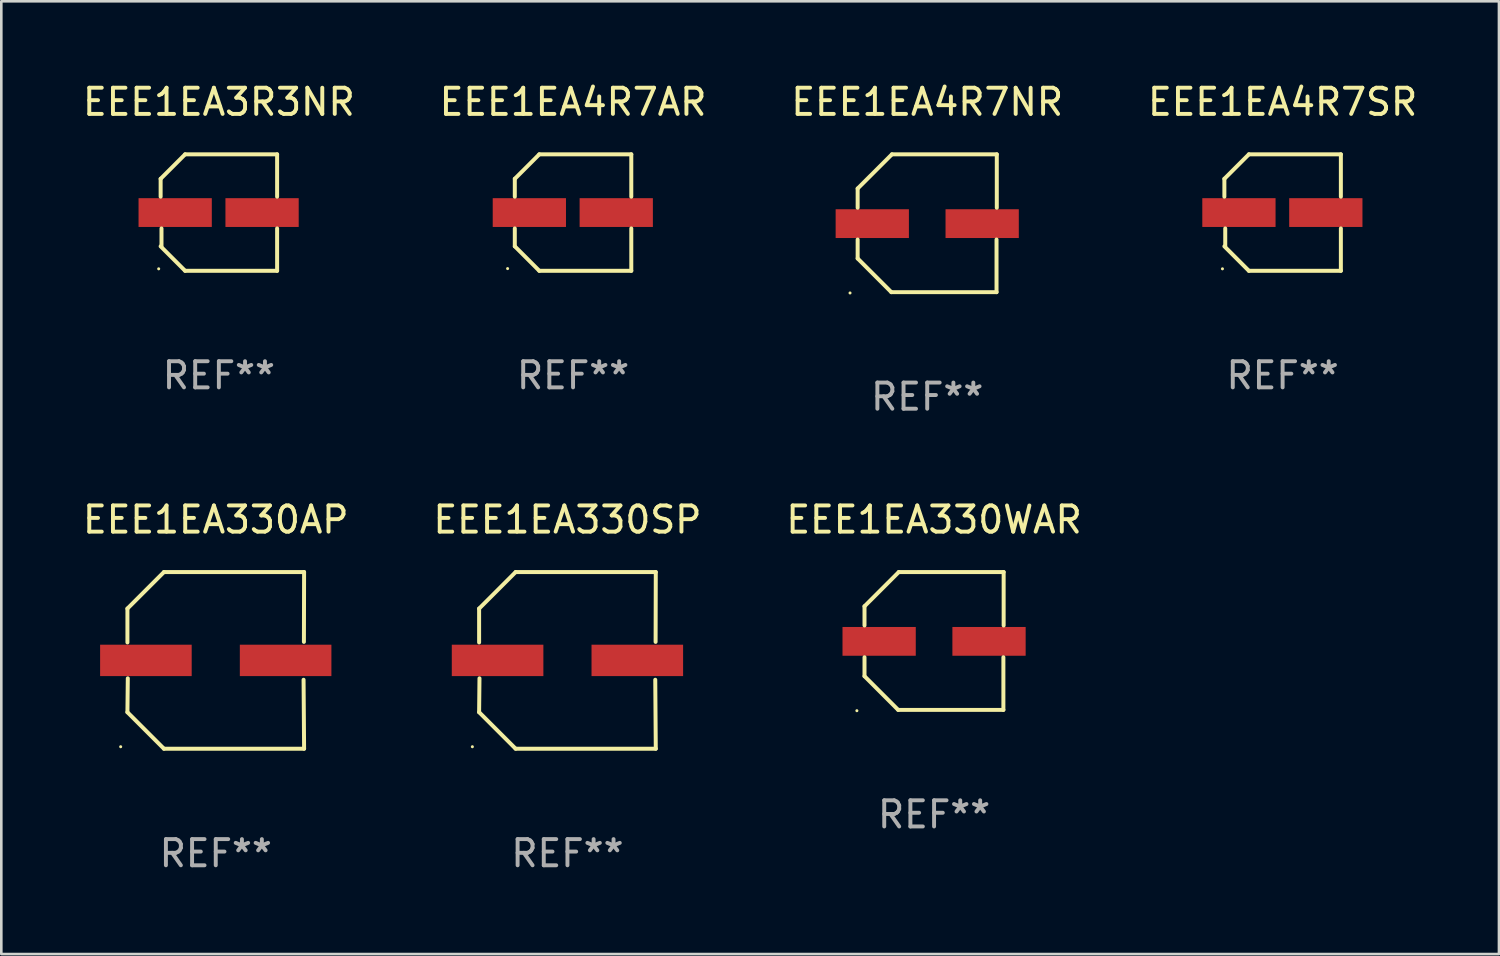
<source format=kicad_pcb>
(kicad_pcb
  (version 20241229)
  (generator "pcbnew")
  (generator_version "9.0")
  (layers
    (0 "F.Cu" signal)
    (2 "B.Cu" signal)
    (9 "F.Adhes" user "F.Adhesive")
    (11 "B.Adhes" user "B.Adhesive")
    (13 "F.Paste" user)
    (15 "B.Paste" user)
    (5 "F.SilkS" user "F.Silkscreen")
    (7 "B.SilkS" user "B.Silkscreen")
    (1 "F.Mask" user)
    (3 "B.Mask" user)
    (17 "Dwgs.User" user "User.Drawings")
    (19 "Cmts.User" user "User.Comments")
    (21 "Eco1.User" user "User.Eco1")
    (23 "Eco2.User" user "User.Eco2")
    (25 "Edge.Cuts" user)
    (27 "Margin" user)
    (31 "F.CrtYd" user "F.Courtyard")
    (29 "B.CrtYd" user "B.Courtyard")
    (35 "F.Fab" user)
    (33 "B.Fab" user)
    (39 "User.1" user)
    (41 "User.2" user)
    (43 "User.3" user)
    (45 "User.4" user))
  (footprint "EEE1EA330WAR"
    (layer "F.Cu")
    (at 32.649 21.447)
    (property "Reference" "EEE1EA330WAR" (at 0 -4.634 0) (layer "F.SilkS") (effects (font (size 1 1) (thickness 0.15))))
    (attr through_hole)
    (fp_line (start -2.659 -1.326) (end -2.659 -0.592) (stroke (width 0.152) (type solid)) (layer "F.SilkS"))
    (fp_line (start -2.659 1.346) (end -2.659 0.622) (stroke (width 0.152) (type solid)) (layer "F.SilkS"))
    (fp_line (start -1.372 2.634) (end -2.659 1.346) (stroke (width 0.152) (type solid)) (layer "F.SilkS"))
    (fp_line (start -1.349 -2.634) (end -2.659 -1.326) (stroke (width 0.152) (type solid)) (layer "F.SilkS"))
    (fp_line (start 2.649 0.622) (end 2.649 2.634) (stroke (width 0.152) (type solid)) (layer "F.SilkS"))
    (fp_line (start 2.649 2.634) (end -1.372 2.634) (stroke (width 0.152) (type solid)) (layer "F.SilkS"))
    (fp_line (start 2.659 -2.634) (end -1.349 -2.634) (stroke (width 0.152) (type solid)) (layer "F.SilkS"))
    (fp_line (start 2.659 -0.592) (end 2.659 -2.634) (stroke (width 0.152) (type solid)) (layer "F.SilkS"))
    (fp_circle (center -2.95 2.665) (end -2.92 2.665) (stroke (width 0.06) (type solid)) (fill no) (layer "F.SilkS"))
    (fp_text user "REF**" (at 0 6.634 0) (layer "F.Fab") (effects (font (size 1 1) (thickness 0.15))))
    (pad "1" smd rect (at -2.1 0.015) (size 2.8 1.1) (layers "F.Cu" "F.Mask" "F.Paste"))
    (pad "2" smd rect (at 2.1 0.015) (size 2.8 1.1) (layers "F.Cu" "F.Mask" "F.Paste")))
  (footprint "EEE1EA330AP"
    (layer "F.Cu")
    (at 5.196 22.189)
    (property "Reference" "EEE1EA330AP" (at 0 -5.376 0) (layer "F.SilkS") (effects (font (size 1 1) (thickness 0.15))))
    (attr through_hole)
    (fp_line (start -3.376 -1.98) (end -3.376 -0.686) (stroke (width 0.152) (type solid)) (layer "F.SilkS"))
    (fp_line (start -3.376 1.981) (end -3.362 0.686) (stroke (width 0.152) (type solid)) (layer "F.SilkS"))
    (fp_line (start -1.981 3.376) (end -3.376 1.981) (stroke (width 0.152) (type solid)) (layer "F.SilkS"))
    (fp_line (start -1.98 -3.376) (end -3.376 -1.98) (stroke (width 0.152) (type solid)) (layer "F.SilkS"))
    (fp_line (start 3.356 0.74) (end 3.376 3.376) (stroke (width 0.152) (type solid)) (layer "F.SilkS"))
    (fp_line (start 3.369 -0.707) (end 3.376 -3.376) (stroke (width 0.152) (type solid)) (layer "F.SilkS"))
    (fp_line (start 3.376 3.376) (end -1.981 3.376) (stroke (width 0.152) (type solid)) (layer "F.SilkS"))
    (fp_line (start 3.376 -3.376) (end -1.98 -3.376) (stroke (width 0.152) (type solid)) (layer "F.SilkS"))
    (fp_circle (center -3.634 3.3) (end -3.604 3.3) (stroke (width 0.06) (type solid)) (fill no) (layer "F.SilkS"))
    (fp_text user "REF**" (at 0 7.376 0) (layer "F.Fab") (effects (font (size 1 1) (thickness 0.15))))
    (pad "1" smd rect (at -2.67 0.000254) (size 3.5 1.2) (layers "F.Cu" "F.Mask" "F.Paste"))
    (pad "2" smd rect (at 2.67 0.000254) (size 3.5 1.2) (layers "F.Cu" "F.Mask" "F.Paste")))
  (footprint "EEE1EA4R7NR"
    (layer "F.Cu")
    (at 32.387 5.482)
    (property "Reference" "EEE1EA4R7NR" (at 0 -4.634 0) (layer "F.SilkS") (effects (font (size 1 1) (thickness 0.15))))
    (attr through_hole)
    (fp_line (start -2.659 -1.326) (end -2.659 -0.592) (stroke (width 0.152) (type solid)) (layer "F.SilkS"))
    (fp_line (start -2.659 1.346) (end -2.659 0.622) (stroke (width 0.152) (type solid)) (layer "F.SilkS"))
    (fp_line (start -1.372 2.634) (end -2.659 1.346) (stroke (width 0.152) (type solid)) (layer "F.SilkS"))
    (fp_line (start -1.349 -2.634) (end -2.659 -1.326) (stroke (width 0.152) (type solid)) (layer "F.SilkS"))
    (fp_line (start 2.649 0.622) (end 2.649 2.634) (stroke (width 0.152) (type solid)) (layer "F.SilkS"))
    (fp_line (start 2.649 2.634) (end -1.372 2.634) (stroke (width 0.152) (type solid)) (layer "F.SilkS"))
    (fp_line (start 2.659 -2.634) (end -1.349 -2.634) (stroke (width 0.152) (type solid)) (layer "F.SilkS"))
    (fp_line (start 2.659 -0.592) (end 2.659 -2.634) (stroke (width 0.152) (type solid)) (layer "F.SilkS"))
    (fp_circle (center -2.95 2.665) (end -2.92 2.665) (stroke (width 0.06) (type solid)) (fill no) (layer "F.SilkS"))
    (fp_text user "REF**" (at 0 6.634 0) (layer "F.Fab") (effects (font (size 1 1) (thickness 0.15))))
    (pad "1" smd rect (at -2.1 0.015) (size 2.8 1.1) (layers "F.Cu" "F.Mask" "F.Paste"))
    (pad "2" smd rect (at 2.1 0.015) (size 2.8 1.1) (layers "F.Cu" "F.Mask" "F.Paste")))
  (footprint "EEE1EA4R7AR"
    (layer "F.Cu")
    (at 18.851 5.074)
    (property "Reference" "EEE1EA4R7AR" (at 0 -4.226 0) (layer "F.SilkS") (effects (font (size 1 1) (thickness 0.15))))
    (attr through_hole)
    (fp_line (start -2.226 -1.29) (end -2.226 -0.607) (stroke (width 0.152) (type solid)) (layer "F.SilkS"))
    (fp_line (start -2.226 1.29) (end -2.226 0.607) (stroke (width 0.152) (type solid)) (layer "F.SilkS"))
    (fp_line (start -1.29 -2.226) (end -2.226 -1.29) (stroke (width 0.152) (type solid)) (layer "F.SilkS"))
    (fp_line (start -1.29 2.226) (end -2.226 1.29) (stroke (width 0.152) (type solid)) (layer "F.SilkS"))
    (fp_line (start 2.226 -2.226) (end -1.29 -2.226) (stroke (width 0.152) (type solid)) (layer "F.SilkS"))
    (fp_line (start 2.226 -0.607) (end 2.226 -2.226) (stroke (width 0.152) (type solid)) (layer "F.SilkS"))
    (fp_line (start 2.226 0.607) (end 2.226 2.226) (stroke (width 0.152) (type solid)) (layer "F.SilkS"))
    (fp_line (start 2.226 2.226) (end -1.29 2.226) (stroke (width 0.152) (type solid)) (layer "F.SilkS"))
    (fp_circle (center -2.501 2.141) (end -2.471 2.141) (stroke (width 0.06) (type solid)) (fill no) (layer "F.SilkS"))
    (fp_text user "REF**" (at 0 6.226 0) (layer "F.Fab") (effects (font (size 1 1) (thickness 0.15))))
    (pad "1" smd rect (at -1.67 -0.000025) (size 2.8 1.1) (layers "F.Cu" "F.Mask" "F.Paste"))
    (pad "2" smd rect (at 1.651 -0.000025) (size 2.8 1.1) (layers "F.Cu" "F.Mask" "F.Paste")))
  (footprint "EEE1EA330SP"
    (layer "F.Cu")
    (at 18.637 22.189)
    (property "Reference" "EEE1EA330SP" (at 0 -5.376 0) (layer "F.SilkS") (effects (font (size 1 1) (thickness 0.15))))
    (attr through_hole)
    (fp_line (start -3.376 -1.98) (end -3.376 -0.686) (stroke (width 0.152) (type solid)) (layer "F.SilkS"))
    (fp_line (start -3.376 1.981) (end -3.362 0.686) (stroke (width 0.152) (type solid)) (layer "F.SilkS"))
    (fp_line (start -1.981 3.376) (end -3.376 1.981) (stroke (width 0.152) (type solid)) (layer "F.SilkS"))
    (fp_line (start -1.98 -3.376) (end -3.376 -1.98) (stroke (width 0.152) (type solid)) (layer "F.SilkS"))
    (fp_line (start 3.356 0.74) (end 3.376 3.376) (stroke (width 0.152) (type solid)) (layer "F.SilkS"))
    (fp_line (start 3.369 -0.707) (end 3.376 -3.376) (stroke (width 0.152) (type solid)) (layer "F.SilkS"))
    (fp_line (start 3.376 3.376) (end -1.981 3.376) (stroke (width 0.152) (type solid)) (layer "F.SilkS"))
    (fp_line (start 3.376 -3.376) (end -1.98 -3.376) (stroke (width 0.152) (type solid)) (layer "F.SilkS"))
    (fp_circle (center -3.634 3.3) (end -3.604 3.3) (stroke (width 0.06) (type solid)) (fill no) (layer "F.SilkS"))
    (fp_text user "REF**" (at 0 7.376 0) (layer "F.Fab") (effects (font (size 1 1) (thickness 0.15))))
    (pad "1" smd rect (at -2.67 0.000254) (size 3.5 1.2) (layers "F.Cu" "F.Mask" "F.Paste"))
    (pad "2" smd rect (at 2.67 0.000254) (size 3.5 1.2) (layers "F.Cu" "F.Mask" "F.Paste")))
  (footprint "EEE1EA4R7SR"
    (layer "F.Cu")
    (at 45.97 5.074)
    (property "Reference" "EEE1EA4R7SR" (at 0 -4.226 0) (layer "F.SilkS") (effects (font (size 1 1) (thickness 0.15))))
    (attr through_hole)
    (fp_line (start -2.226 -1.29) (end -2.226 -0.607) (stroke (width 0.152) (type solid)) (layer "F.SilkS"))
    (fp_line (start -2.193 1.29) (end -2.193 0.607) (stroke (width 0.152) (type solid)) (layer "F.SilkS"))
    (fp_line (start -1.29 2.226) (end -2.226 1.29) (stroke (width 0.152) (type solid)) (layer "F.SilkS"))
    (fp_line (start -1.29 -2.226) (end -2.226 -1.29) (stroke (width 0.152) (type solid)) (layer "F.SilkS"))
    (fp_line (start 2.226 -2.226) (end -1.29 -2.226) (stroke (width 0.152) (type solid)) (layer "F.SilkS"))
    (fp_line (start 2.226 -0.607) (end 2.226 -2.226) (stroke (width 0.152) (type solid)) (layer "F.SilkS"))
    (fp_line (start 2.226 0.607) (end 2.226 2.226) (stroke (width 0.152) (type solid)) (layer "F.SilkS"))
    (fp_line (start 2.226 2.226) (end -1.29 2.226) (stroke (width 0.152) (type solid)) (layer "F.SilkS"))
    (fp_circle (center -2.3 2.15) (end -2.27 2.15) (stroke (width 0.06) (type solid)) (fill no) (layer "F.SilkS"))
    (fp_text user "REF**" (at 0 6.226 0) (layer "F.Fab") (effects (font (size 1 1) (thickness 0.15))))
    (pad "1" smd rect (at -1.67 -0.000025) (size 2.8 1.1) (layers "F.Cu" "F.Mask" "F.Paste"))
    (pad "2" smd rect (at 1.651 -0.000025) (size 2.8 1.1) (layers "F.Cu" "F.Mask" "F.Paste")))
  (footprint "EEE1EA3R3NR"
    (layer "F.Cu")
    (at 5.315 5.074)
    (property "Reference" "EEE1EA3R3NR" (at 0 -4.226 0) (layer "F.SilkS") (effects (font (size 1 1) (thickness 0.15))))
    (attr through_hole)
    (fp_line (start -2.226 -1.29) (end -2.226 -0.607) (stroke (width 0.152) (type solid)) (layer "F.SilkS"))
    (fp_line (start -2.193 1.29) (end -2.193 0.607) (stroke (width 0.152) (type solid)) (layer "F.SilkS"))
    (fp_line (start -1.29 2.226) (end -2.226 1.29) (stroke (width 0.152) (type solid)) (layer "F.SilkS"))
    (fp_line (start -1.29 -2.226) (end -2.226 -1.29) (stroke (width 0.152) (type solid)) (layer "F.SilkS"))
    (fp_line (start 2.226 -2.226) (end -1.29 -2.226) (stroke (width 0.152) (type solid)) (layer "F.SilkS"))
    (fp_line (start 2.226 -0.607) (end 2.226 -2.226) (stroke (width 0.152) (type solid)) (layer "F.SilkS"))
    (fp_line (start 2.226 0.607) (end 2.226 2.226) (stroke (width 0.152) (type solid)) (layer "F.SilkS"))
    (fp_line (start 2.226 2.226) (end -1.29 2.226) (stroke (width 0.152) (type solid)) (layer "F.SilkS"))
    (fp_circle (center -2.3 2.15) (end -2.27 2.15) (stroke (width 0.06) (type solid)) (fill no) (layer "F.SilkS"))
    (fp_text user "REF**" (at 0 6.226 0) (layer "F.Fab") (effects (font (size 1 1) (thickness 0.15))))
    (pad "1" smd rect (at -1.67 -0.000025) (size 2.8 1.1) (layers "F.Cu" "F.Mask" "F.Paste"))
    (pad "2" smd rect (at 1.651 -0.000025) (size 2.8 1.1) (layers "F.Cu" "F.Mask" "F.Paste")))
  (gr_rect
    (start -3 -3)
    (end 54.238 33.413)
    (stroke (width 0.1) (type default))
    (fill no)
    (layer "Edge.Cuts")))
</source>
